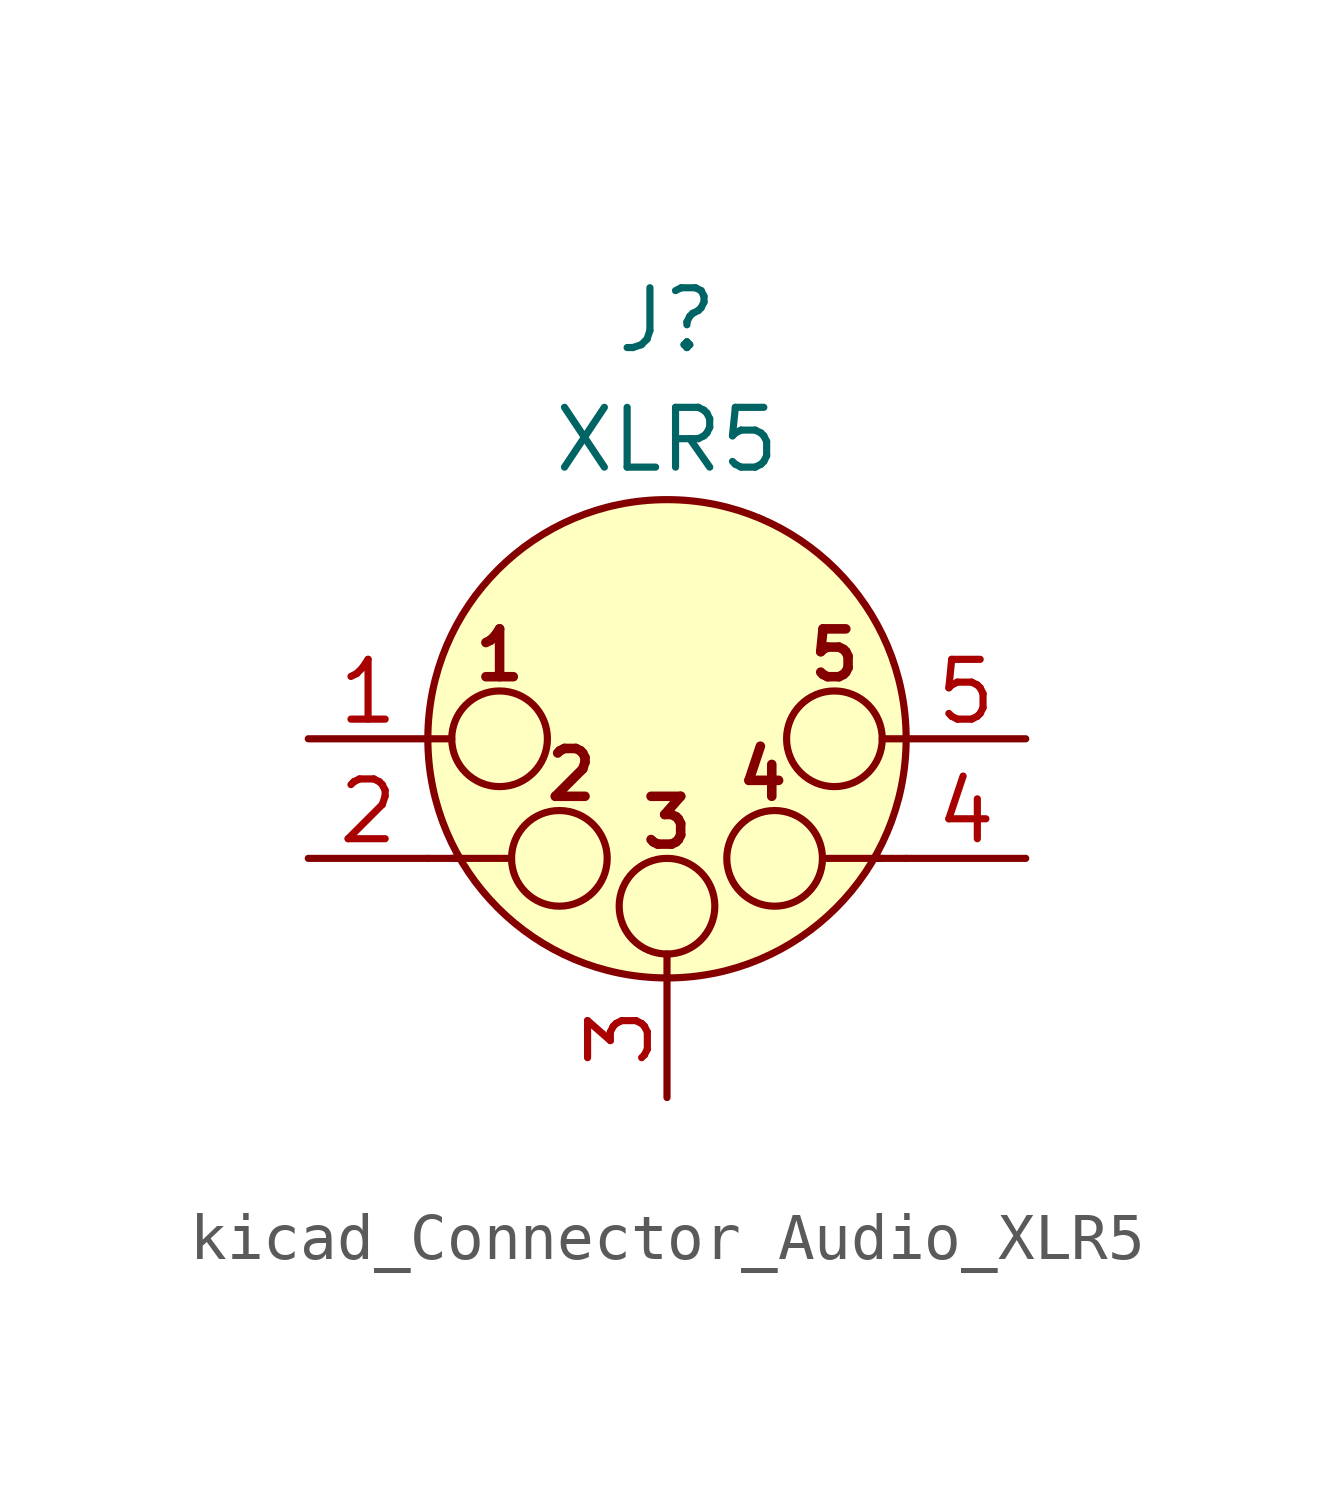
<source format=kicad_sym>
(kicad_symbol_lib
  (version 20220914)
  (generator kicad_symbol_editor)
  (symbol "kicad_Connector_Audio_XLR5"
    (pin_names hide)
    (property "Reference" "J"
      (at 0 8.89 0)
      (effects (font (size 1.27 1.27))))
    (property "Value" "XLR5"
      (at 0 6.35 0)
      (effects (font (size 1.27 1.27))))
    (symbol "kicad_Connector_Audio_XLR5_0_1"
      (circle (center -3.556 0) (radius 1.016) (stroke (width 0) (type default)) (fill (type none)))
      (circle (center -2.286 -2.54) (radius 1.016) (stroke (width 0) (type default)) (fill (type none)))
      (circle (center 0 -3.556) (radius 1.016) (stroke (width 0) (type default)) (fill (type none)))
      (polyline (pts (xy -5.08 -2.54) (xy -4.445 -2.54)) (stroke (width 0) (type default)) (fill (type none)))
      (polyline (pts (xy -5.08 0) (xy -4.572 0)) (stroke (width 0) (type default)) (fill (type none)))
      (polyline (pts (xy -4.572 -2.54) (xy -3.302 -2.54)) (stroke (width 0) (type default)) (fill (type none)))
      (polyline (pts (xy 0 -5.08) (xy 0 -4.572)) (stroke (width 0) (type default)) (fill (type none)))
      (polyline (pts (xy 4.572 -2.54) (xy 3.302 -2.54)) (stroke (width 0) (type default)) (fill (type none)))
      (polyline (pts (xy 5.08 -2.54) (xy 4.445 -2.54)) (stroke (width 0) (type default)) (fill (type none)))
      (polyline (pts (xy 5.08 0) (xy 4.572 0)) (stroke (width 0) (type default)) (fill (type none)))
      (circle (center 0 0) (radius 5.08) (stroke (width 0) (type default)) (fill (type background)))
      (circle (center 2.286 -2.54) (radius 1.016) (stroke (width 0) (type default)) (fill (type none)))
      (circle (center 3.556 0) (radius 1.016) (stroke (width 0) (type default)) (fill (type none)))
      (text "1" (at -3.556 1.778 0) (effects (font (size 1.016 1.016) bold)))
      (text "2" (at -2.032 -0.762 0) (effects (font (size 1.016 1.016) bold)))
      (text "3" (at 0 -1.778 0) (effects (font (size 1.016 1.016) bold)))
      (text "4" (at 2.032 -0.762 0) (effects (font (size 1.016 1.016) bold)))
      (text "5" (at 3.556 1.778 0) (effects (font (size 1.016 1.016) bold))))
    (symbol "kicad_Connector_Audio_XLR5_1_1"
      (pin passive line (at -7.62 0 0) (length 2.54) (name "P1" (effects (font (size 1.27 1.27)))) (number "1" (effects (font (size 1.27 1.27)))))
      (pin passive line (at -7.62 -2.54 0) (length 2.54) (name "P2" (effects (font (size 1.27 1.27)))) (number "2" (effects (font (size 1.27 1.27)))))
      (pin passive line (at 0 -7.62 90) (length 2.54) (name "P3" (effects (font (size 1.27 1.27)))) (number "3" (effects (font (size 1.27 1.27)))))
      (pin passive line (at 7.62 -2.54 180) (length 2.54) (name "P3" (effects (font (size 1.27 1.27)))) (number "4" (effects (font (size 1.27 1.27)))))
      (pin passive line (at 7.62 0 180) (length 2.54) (name "P5" (effects (font (size 1.27 1.27)))) (number "5" (effects (font (size 1.27 1.27))))))))
</source>
